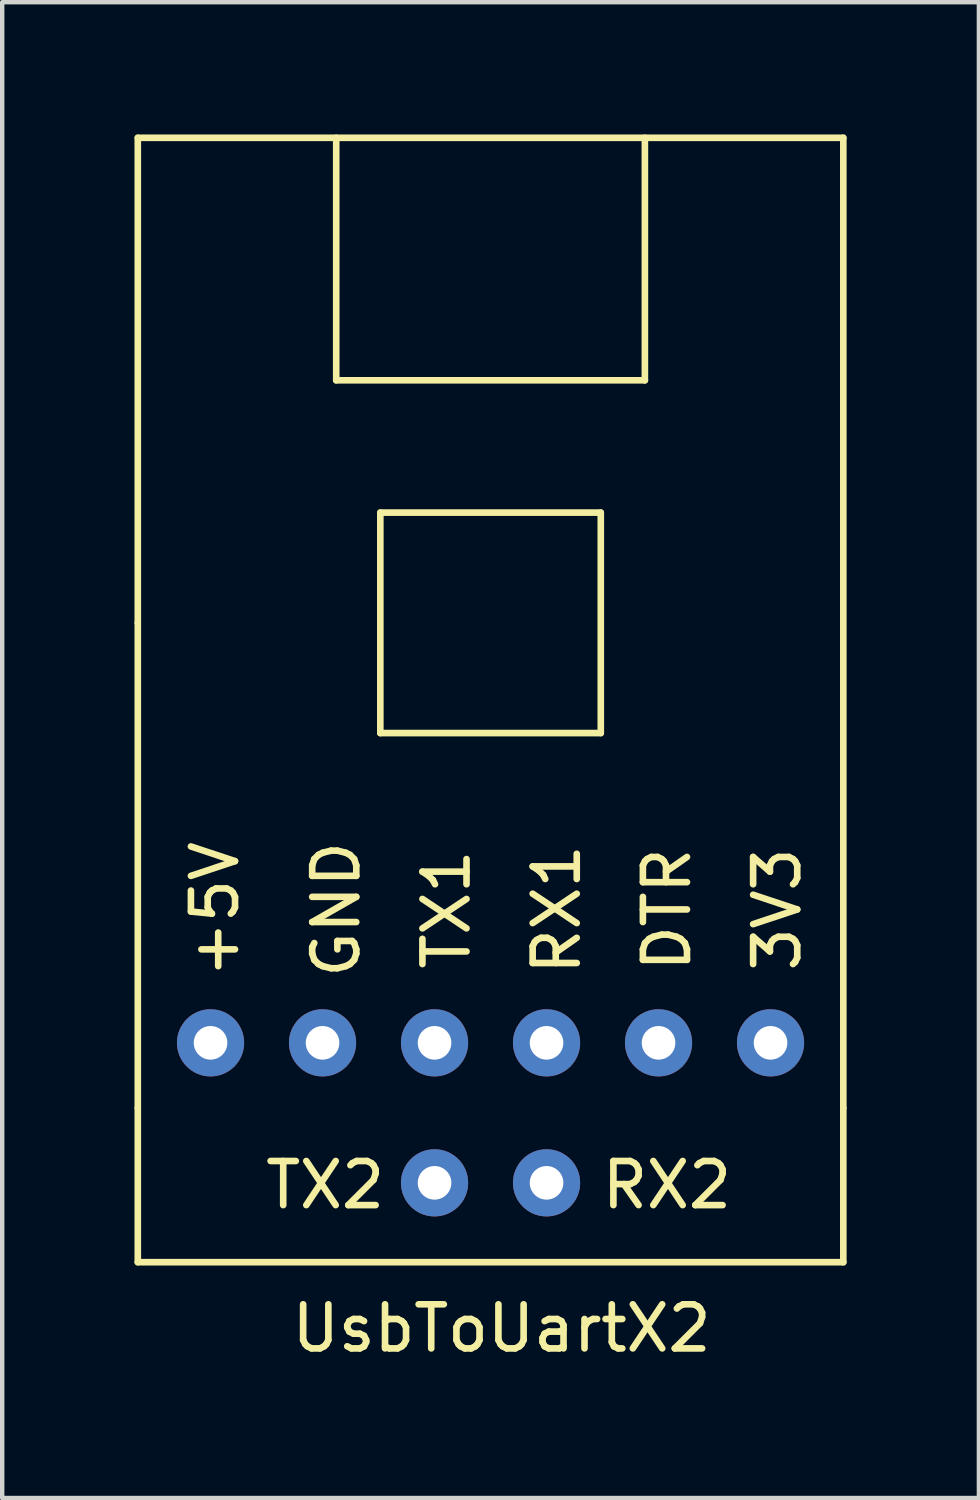
<source format=kicad_pcb>
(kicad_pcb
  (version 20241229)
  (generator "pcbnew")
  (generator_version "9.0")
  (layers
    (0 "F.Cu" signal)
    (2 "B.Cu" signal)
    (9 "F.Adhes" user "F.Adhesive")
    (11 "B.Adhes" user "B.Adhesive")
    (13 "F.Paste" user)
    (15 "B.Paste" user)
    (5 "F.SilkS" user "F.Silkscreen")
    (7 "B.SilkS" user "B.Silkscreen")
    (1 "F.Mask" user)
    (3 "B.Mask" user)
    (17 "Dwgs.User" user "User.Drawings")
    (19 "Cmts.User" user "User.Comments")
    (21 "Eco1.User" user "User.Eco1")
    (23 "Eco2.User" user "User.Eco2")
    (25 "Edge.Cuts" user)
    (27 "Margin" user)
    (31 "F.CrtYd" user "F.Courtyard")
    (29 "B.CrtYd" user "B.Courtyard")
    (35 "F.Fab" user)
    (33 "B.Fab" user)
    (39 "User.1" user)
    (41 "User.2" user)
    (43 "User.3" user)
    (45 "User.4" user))
  (footprint "UsbToUartX2"
    (layer "F.Cu")
    (at 8.075 11.075)
    (property "Reference" "UsbToUartX2" (at 0.25 16 0) (layer "F.SilkS") (effects (font (size 1 1) (thickness 0.15))))
    (attr through_hole)
    (fp_line (start -8 -11) (end 8 -11) (stroke (width 0.15) (type solid)) (layer "F.SilkS"))
    (fp_line (start -8 0) (end -8 -11) (stroke (width 0.15) (type solid)) (layer "F.SilkS"))
    (fp_line (start -8 11) (end -8 0) (stroke (width 0.15) (type solid)) (layer "F.SilkS"))
    (fp_line (start -8 11) (end -8 14.5) (stroke (width 0.15) (type solid)) (layer "F.SilkS"))
    (fp_line (start -8 14.5) (end 8 14.5) (stroke (width 0.15) (type solid)) (layer "F.SilkS"))
    (fp_line (start -3.5 -11) (end -3.5 -5.5) (stroke (width 0.15) (type solid)) (layer "F.SilkS"))
    (fp_line (start -3.5 -5.5) (end 3.5 -5.5) (stroke (width 0.15) (type solid)) (layer "F.SilkS"))
    (fp_line (start -2.5 -2.5) (end 2.5 -2.5) (stroke (width 0.15) (type solid)) (layer "F.SilkS"))
    (fp_line (start -2.5 2.5) (end -2.5 -2.5) (stroke (width 0.15) (type solid)) (layer "F.SilkS"))
    (fp_line (start 2.5 -2.5) (end 2.5 2.5) (stroke (width 0.15) (type solid)) (layer "F.SilkS"))
    (fp_line (start 2.5 2.5) (end -2.5 2.5) (stroke (width 0.15) (type solid)) (layer "F.SilkS"))
    (fp_line (start 3.5 -5.5) (end 3.5 -11) (stroke (width 0.15) (type solid)) (layer "F.SilkS"))
    (fp_line (start 8 -11) (end 8 11) (stroke (width 0.15) (type solid)) (layer "F.SilkS"))
    (fp_line (start 8 14.5) (end 8 11) (stroke (width 0.15) (type solid)) (layer "F.SilkS"))
    (fp_text user "RX1" (at 1.5 6.5 90) (layer "F.SilkS") (effects (font (size 1 1) (thickness 0.15))))
    (fp_text user "3V3" (at 6.5 6.5 90) (layer "F.SilkS") (effects (font (size 1 1) (thickness 0.15))))
    (fp_text user "TX1" (at -1 6.5 90) (layer "F.SilkS") (effects (font (size 1 1) (thickness 0.15))))
    (fp_text user "RX2" (at 4 12.75 0) (layer "F.SilkS") (effects (font (size 1 1) (thickness 0.15))))
    (fp_text user "+5V" (at -6.25 6.5 90) (layer "F.SilkS") (effects (font (size 1 1) (thickness 0.15))))
    (fp_text user "TX2" (at -3.75 12.75 0) (layer "F.SilkS") (effects (font (size 1 1) (thickness 0.15))))
    (fp_text user "GND" (at -3.5 6.5 90) (layer "F.SilkS") (effects (font (size 1 1) (thickness 0.15))))
    (fp_text user "DTR" (at 4 6.5 90) (layer "F.SilkS") (effects (font (size 1 1) (thickness 0.15))))
    (pad "1" thru_hole circle (at 6.35 9.525) (size 1.524 1.524) (drill 0.762) (layers "*.Cu" "*.Mask"))
    (pad "2" thru_hole circle (at 3.81 9.525) (size 1.524 1.524) (drill 0.762) (layers "*.Cu" "*.Mask"))
    (pad "3" thru_hole circle (at 1.27 9.525) (size 1.524 1.524) (drill 0.762) (layers "*.Cu" "*.Mask"))
    (pad "4" thru_hole circle (at -1.27 9.525) (size 1.524 1.524) (drill 0.762) (layers "*.Cu" "*.Mask"))
    (pad "5" thru_hole circle (at -3.81 9.525) (size 1.524 1.524) (drill 0.762) (layers "*.Cu" "*.Mask"))
    (pad "6" thru_hole circle (at -6.35 9.525) (size 1.524 1.524) (drill 0.762) (layers "*.Cu" "*.Mask"))
    (pad "7" thru_hole circle (at 1.27 12.7) (size 1.524 1.524) (drill 0.762) (layers "*.Cu" "*.Mask"))
    (pad "8" thru_hole circle (at -1.27 12.7) (size 1.524 1.524) (drill 0.762) (layers "*.Cu" "*.Mask")))
  (gr_rect
    (start -3 -3)
    (end 19.15 30.923)
    (stroke (width 0.1) (type default))
    (fill no)
    (layer "Edge.Cuts")))
</source>
